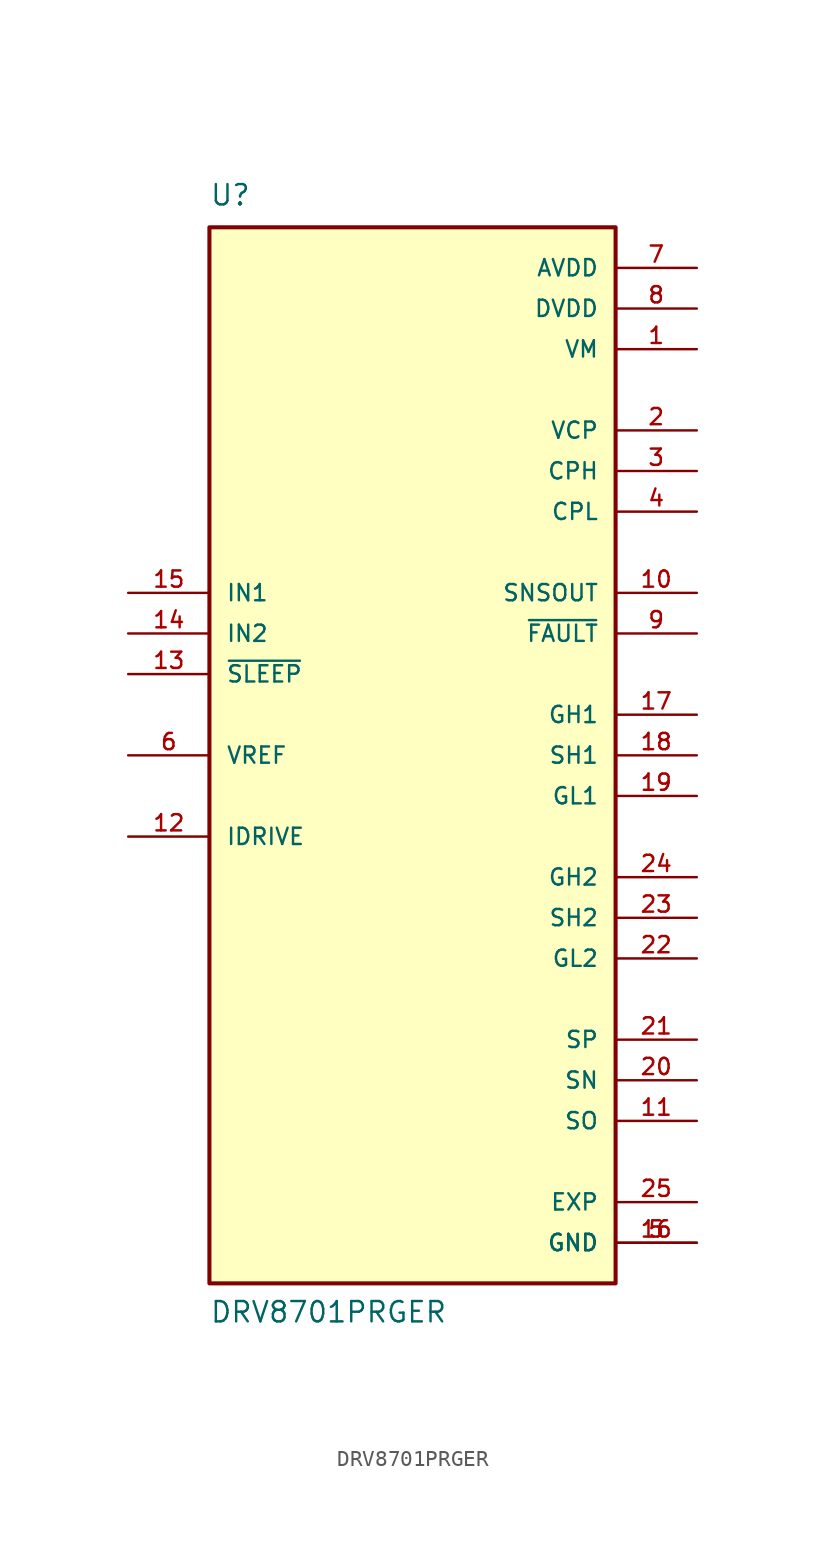
<source format=kicad_sym>
(kicad_symbol_lib
  (version 20211014)
  (generator kicad_symbol_editor)
  (symbol "DRV8701PRGER"
    (pin_names
      (offset 1.016))
    (property "Reference" "U"
      (at -12.7 34.29 0.0)
      (effects (font (size 1.27 1.27)) (justify bottom left)))
    (property "Value" "DRV8701PRGER"
      (at -12.7 -35.56 0.0)
      (effects (font (size 1.27 1.27)) (justify bottom left)))
    (symbol "DRV8701PRGER_0_0"
      (rectangle (start -12.7 -33.02) (end 12.7 33.02) (stroke (width 0.254)) (fill (type background)))
      (pin input line (at -17.78 10.16 0) (length 5.08) (name "IN1" (effects (font (size 1.016 1.016)))) (number "15" (effects (font (size 1.016 1.016)))))
      (pin input line (at -17.78 7.62 0) (length 5.08) (name "IN2" (effects (font (size 1.016 1.016)))) (number "14" (effects (font (size 1.016 1.016)))))
      (pin input line (at -17.78 0.0 0) (length 5.08) (name "VREF" (effects (font (size 1.016 1.016)))) (number "6" (effects (font (size 1.016 1.016)))))
      (pin passive line (at 17.78 17.78 180.0) (length 5.08) (name "CPH" (effects (font (size 1.016 1.016)))) (number "3" (effects (font (size 1.016 1.016)))))
      (pin passive line (at 17.78 15.24 180.0) (length 5.08) (name "CPL" (effects (font (size 1.016 1.016)))) (number "4" (effects (font (size 1.016 1.016)))))
      (pin power_in line (at 17.78 -27.94 180.0) (length 5.08) (name "EXP" (effects (font (size 1.016 1.016)))) (number "25" (effects (font (size 1.016 1.016)))))
      (pin output line (at 17.78 2.54 180.0) (length 5.08) (name "GH1" (effects (font (size 1.016 1.016)))) (number "17" (effects (font (size 1.016 1.016)))))
      (pin output line (at 17.78 -2.54 180.0) (length 5.08) (name "GL1" (effects (font (size 1.016 1.016)))) (number "19" (effects (font (size 1.016 1.016)))))
      (pin output line (at 17.78 -12.7 180.0) (length 5.08) (name "GL2" (effects (font (size 1.016 1.016)))) (number "22" (effects (font (size 1.016 1.016)))))
      (pin input line (at -17.78 -5.08 0) (length 5.08) (name "IDRIVE" (effects (font (size 1.016 1.016)))) (number "12" (effects (font (size 1.016 1.016)))))
      (pin output line (at 17.78 7.62 180.0) (length 5.08) (name "~{FAULT}" (effects (font (size 1.016 1.016)))) (number "9" (effects (font (size 1.016 1.016)))))
      (pin input line (at -17.78 5.08 0) (length 5.08) (name "~{SLEEP}" (effects (font (size 1.016 1.016)))) (number "13" (effects (font (size 1.016 1.016)))))
      (pin input line (at 17.78 0.0 180.0) (length 5.08) (name "SH1" (effects (font (size 1.016 1.016)))) (number "18" (effects (font (size 1.016 1.016)))))
      (pin input line (at 17.78 -20.32 180.0) (length 5.08) (name "SN" (effects (font (size 1.016 1.016)))) (number "20" (effects (font (size 1.016 1.016)))))
      (pin output line (at 17.78 -22.86 180.0) (length 5.08) (name "SO" (effects (font (size 1.016 1.016)))) (number "11" (effects (font (size 1.016 1.016)))))
      (pin input line (at 17.78 -17.78 180.0) (length 5.08) (name "SP" (effects (font (size 1.016 1.016)))) (number "21" (effects (font (size 1.016 1.016)))))
      (pin output line (at 17.78 20.32 180.0) (length 5.08) (name "VCP" (effects (font (size 1.016 1.016)))) (number "2" (effects (font (size 1.016 1.016)))))
      (pin power_in line (at 17.78 25.4 180.0) (length 5.08) (name "VM" (effects (font (size 1.016 1.016)))) (number "1" (effects (font (size 1.016 1.016)))))
      (pin power_in line (at 17.78 30.48 180.0) (length 5.08) (name "AVDD" (effects (font (size 1.016 1.016)))) (number "7" (effects (font (size 1.016 1.016)))))
      (pin power_in line (at 17.78 27.94 180.0) (length 5.08) (name "DVDD" (effects (font (size 1.016 1.016)))) (number "8" (effects (font (size 1.016 1.016)))))
      (pin output line (at 17.78 10.16 180.0) (length 5.08) (name "SNSOUT" (effects (font (size 1.016 1.016)))) (number "10" (effects (font (size 1.016 1.016)))))
      (pin power_in line (at 17.78 -30.48 180.0) (length 5.08) (name "GND" (effects (font (size 1.016 1.016)))) (number "5" (effects (font (size 1.016 1.016)))))
      (pin power_in line (at 17.78 -30.48 180.0) (length 5.08) (name "GND" (effects (font (size 1.016 1.016)))) (number "16" (effects (font (size 1.016 1.016)))))
      (pin input line (at 17.78 -10.16 180.0) (length 5.08) (name "SH2" (effects (font (size 1.016 1.016)))) (number "23" (effects (font (size 1.016 1.016)))))
      (pin output line (at 17.78 -7.62 180.0) (length 5.08) (name "GH2" (effects (font (size 1.016 1.016)))) (number "24" (effects (font (size 1.016 1.016))))))))
</source>
